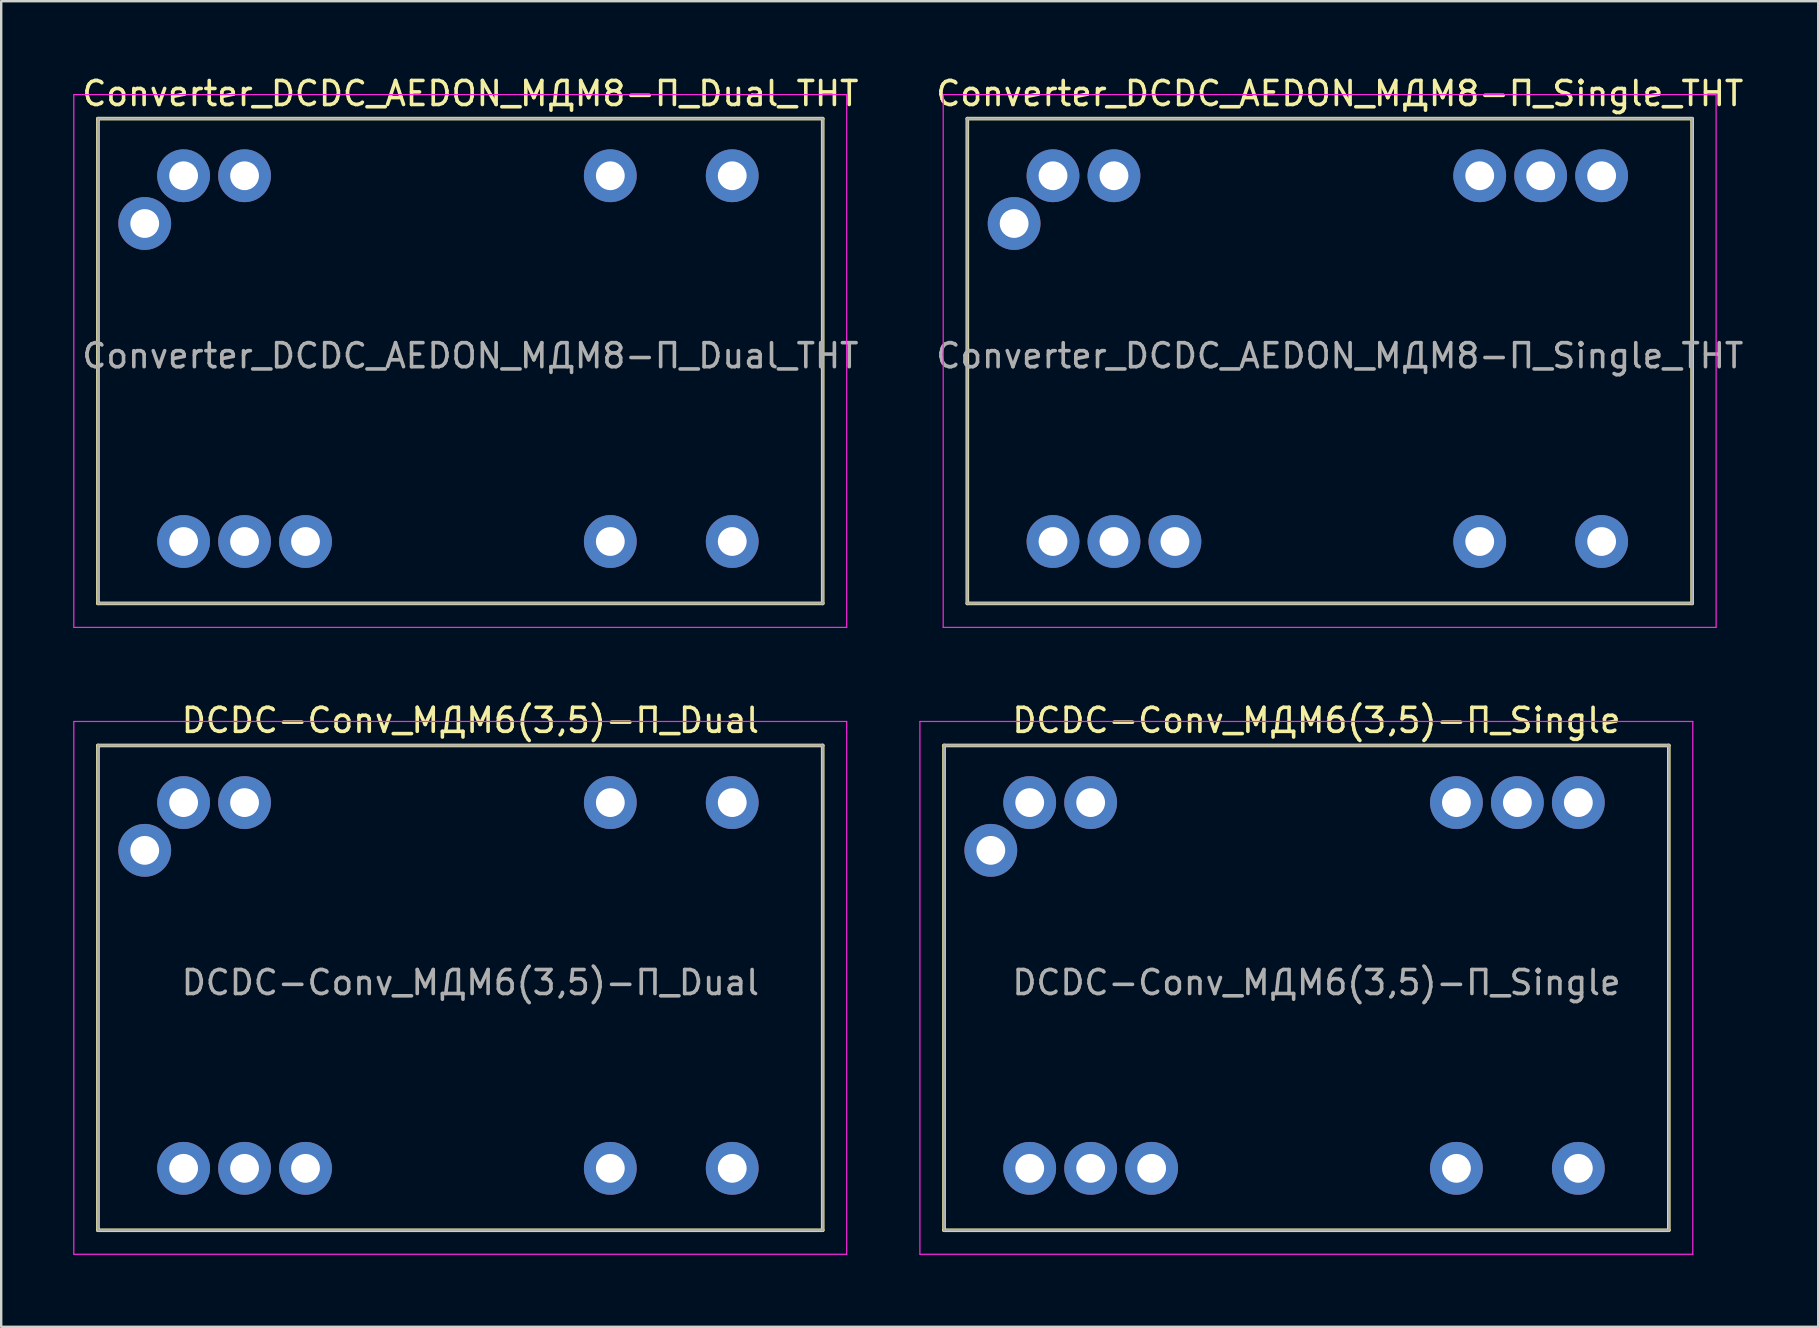
<source format=kicad_pcb>
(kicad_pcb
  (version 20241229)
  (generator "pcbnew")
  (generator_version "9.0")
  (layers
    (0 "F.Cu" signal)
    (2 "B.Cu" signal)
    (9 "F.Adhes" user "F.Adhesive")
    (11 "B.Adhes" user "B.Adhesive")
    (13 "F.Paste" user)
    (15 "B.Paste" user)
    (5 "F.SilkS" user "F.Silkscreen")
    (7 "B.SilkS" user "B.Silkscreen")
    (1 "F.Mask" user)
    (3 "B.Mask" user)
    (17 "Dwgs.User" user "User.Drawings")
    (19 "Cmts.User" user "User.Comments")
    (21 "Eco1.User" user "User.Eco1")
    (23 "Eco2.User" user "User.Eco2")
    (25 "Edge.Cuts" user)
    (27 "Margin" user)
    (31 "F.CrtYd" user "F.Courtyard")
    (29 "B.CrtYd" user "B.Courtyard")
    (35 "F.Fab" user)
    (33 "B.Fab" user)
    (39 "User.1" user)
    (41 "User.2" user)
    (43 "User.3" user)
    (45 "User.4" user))
  (footprint "Converter_DCDC_AEDON_МДМ8-П_Single_THT"
    (layer "F.Cu")
    (at 40.826 4.273)
    (property "Reference" "Converter_DCDC_AEDON_МДМ8-П_Single_THT" (at 11.95 -3.425 0) (layer "F.SilkS") (effects (font (size 1 1) (thickness 0.15))))
    (attr through_hole)
    (fp_line (start -3.57 -2.38) (end -3.57 17.82) (stroke (width 0.15) (type solid)) (layer "F.SilkS"))
    (fp_line (start -3.57 -2.38) (end 26.63 -2.38) (stroke (width 0.15) (type solid)) (layer "F.SilkS"))
    (fp_line (start -3.57 17.82) (end 26.63 17.82) (stroke (width 0.15) (type solid)) (layer "F.SilkS"))
    (fp_line (start 26.63 -2.38) (end 26.63 17.82) (stroke (width 0.15) (type solid)) (layer "F.SilkS"))
    (fp_line (start -4.575 -3.38) (end -4.575 18.82) (stroke (width 0.05) (type solid)) (layer "F.CrtYd"))
    (fp_line (start -4.57 -3.38) (end 27.63 -3.38) (stroke (width 0.05) (type solid)) (layer "F.CrtYd"))
    (fp_line (start 27.63 18.82) (end -4.575 18.82) (stroke (width 0.05) (type solid)) (layer "F.CrtYd"))
    (fp_line (start 27.63 18.82) (end 27.63 -3.38) (stroke (width 0.05) (type solid)) (layer "F.CrtYd"))
    (fp_line (start -3.57 -2.38) (end -3.57 17.82) (stroke (width 0.1) (type solid)) (layer "F.Fab"))
    (fp_line (start -3.57 -2.38) (end 26.63 -2.38) (stroke (width 0.1) (type solid)) (layer "F.Fab"))
    (fp_line (start -3.57 17.82) (end 26.63 17.82) (stroke (width 0.1) (type solid)) (layer "F.Fab"))
    (fp_line (start 26.63 -2.38) (end 26.63 17.82) (stroke (width 0.1) (type solid)) (layer "F.Fab"))
    (fp_text user "${REFERENCE}" (at 11.95 7.5 0) (layer "F.Fab") (effects (font (size 1 1) (thickness 0.15))))
    (pad "2" thru_hole circle (at 0 15.24) (size 2.2 2.2) (drill 1.2) (layers "*.Cu" "*.Mask"))
    (pad "3" thru_hole circle (at 2.54 15.24) (size 2.2 2.2) (drill 1.2) (layers "*.Cu" "*.Mask"))
    (pad "4" thru_hole circle (at 5.08 15.24) (size 2.2 2.2) (drill 1.2) (layers "*.Cu" "*.Mask"))
    (pad "9" thru_hole circle (at 17.78 15.24) (size 2.2 2.2) (drill 1.2) (layers "*.Cu" "*.Mask"))
    (pad "11" thru_hole circle (at 22.86 15.24) (size 2.2 2.2) (drill 1.2) (layers "*.Cu" "*.Mask"))
    (pad "14" thru_hole circle (at 22.86 0) (size 2.2 2.2) (drill 1.2) (layers "*.Cu" "*.Mask"))
    (pad "15" thru_hole circle (at 20.32 0) (size 2.2 2.2) (drill 1.2) (layers "*.Cu" "*.Mask"))
    (pad "16" thru_hole circle (at 17.78 0) (size 2.2 2.2) (drill 1.2) (layers "*.Cu" "*.Mask"))
    (pad "22" thru_hole circle (at 2.54 0) (size 2.2 2.2) (drill 1.2) (layers "*.Cu" "*.Mask"))
    (pad "23" thru_hole circle (at 0 0) (size 2.2 2.2) (drill 1.2) (layers "*.Cu" "*.Mask"))
    (pad "24" thru_hole circle (at -1.62 1.99) (size 2.2 2.2) (drill 1.2) (layers "*.Cu" "*.Mask")))
  (footprint "Converter_DCDC_AEDON_МДМ8-П_Dual_THT"
    (layer "F.Cu")
    (at 4.6 4.273)
    (property "Reference" "Converter_DCDC_AEDON_МДМ8-П_Dual_THT" (at 11.95 -3.425 0) (layer "F.SilkS") (effects (font (size 1 1) (thickness 0.15))))
    (attr through_hole)
    (fp_line (start -3.57 -2.38) (end -3.57 17.82) (stroke (width 0.15) (type solid)) (layer "F.SilkS"))
    (fp_line (start -3.57 -2.38) (end 26.63 -2.38) (stroke (width 0.15) (type solid)) (layer "F.SilkS"))
    (fp_line (start -3.57 17.82) (end 26.63 17.82) (stroke (width 0.15) (type solid)) (layer "F.SilkS"))
    (fp_line (start 26.63 -2.38) (end 26.63 17.82) (stroke (width 0.15) (type solid)) (layer "F.SilkS"))
    (fp_line (start -4.575 -3.38) (end -4.575 18.82) (stroke (width 0.05) (type solid)) (layer "F.CrtYd"))
    (fp_line (start -4.57 -3.38) (end 27.63 -3.38) (stroke (width 0.05) (type solid)) (layer "F.CrtYd"))
    (fp_line (start 27.63 18.82) (end -4.575 18.82) (stroke (width 0.05) (type solid)) (layer "F.CrtYd"))
    (fp_line (start 27.63 18.82) (end 27.63 -3.38) (stroke (width 0.05) (type solid)) (layer "F.CrtYd"))
    (fp_line (start -3.57 -2.38) (end -3.57 17.82) (stroke (width 0.1) (type solid)) (layer "F.Fab"))
    (fp_line (start -3.57 -2.38) (end 26.63 -2.38) (stroke (width 0.1) (type solid)) (layer "F.Fab"))
    (fp_line (start -3.57 17.82) (end 26.63 17.82) (stroke (width 0.1) (type solid)) (layer "F.Fab"))
    (fp_line (start 26.63 -2.38) (end 26.63 17.82) (stroke (width 0.1) (type solid)) (layer "F.Fab"))
    (fp_text user "${REFERENCE}" (at 11.95 7.5 0) (layer "F.Fab") (effects (font (size 1 1) (thickness 0.15))))
    (pad "2" thru_hole circle (at 0 15.24) (size 2.2 2.2) (drill 1.2) (layers "*.Cu" "*.Mask"))
    (pad "3" thru_hole circle (at 2.54 15.24) (size 2.2 2.2) (drill 1.2) (layers "*.Cu" "*.Mask"))
    (pad "4" thru_hole circle (at 5.08 15.24) (size 2.2 2.2) (drill 1.2) (layers "*.Cu" "*.Mask"))
    (pad "9" thru_hole circle (at 17.78 15.24) (size 2.2 2.2) (drill 1.2) (layers "*.Cu" "*.Mask"))
    (pad "11" thru_hole circle (at 22.86 15.24) (size 2.2 2.2) (drill 1.2) (layers "*.Cu" "*.Mask"))
    (pad "14" thru_hole circle (at 22.86 0) (size 2.2 2.2) (drill 1.2) (layers "*.Cu" "*.Mask"))
    (pad "16" thru_hole circle (at 17.78 0) (size 2.2 2.2) (drill 1.2) (layers "*.Cu" "*.Mask"))
    (pad "22" thru_hole circle (at 2.54 0) (size 2.2 2.2) (drill 1.2) (layers "*.Cu" "*.Mask"))
    (pad "23" thru_hole circle (at 0 0) (size 2.2 2.2) (drill 1.2) (layers "*.Cu" "*.Mask"))
    (pad "24" thru_hole circle (at -1.62 1.99) (size 2.2 2.2) (drill 1.2) (layers "*.Cu" "*.Mask")))
  (footprint "DCDC-Conv_МДМ6(3,5)-П_Dual"
    (layer "F.Cu")
    (at 4.6 30.392)
    (property "Reference" "DCDC-Conv_МДМ6(3,5)-П_Dual" (at 11.95 -3.425 0) (layer "F.SilkS") (effects (font (size 1 1) (thickness 0.15))))
    (attr through_hole)
    (fp_line (start -3.57 -2.38) (end -3.57 17.82) (stroke (width 0.15) (type solid)) (layer "F.SilkS"))
    (fp_line (start -3.57 -2.38) (end 26.63 -2.38) (stroke (width 0.15) (type solid)) (layer "F.SilkS"))
    (fp_line (start -3.57 17.82) (end 26.63 17.82) (stroke (width 0.15) (type solid)) (layer "F.SilkS"))
    (fp_line (start 26.63 -2.38) (end 26.63 17.82) (stroke (width 0.15) (type solid)) (layer "F.SilkS"))
    (fp_line (start -4.575 -3.38) (end -4.575 18.82) (stroke (width 0.05) (type solid)) (layer "F.CrtYd"))
    (fp_line (start -4.57 -3.38) (end 27.63 -3.38) (stroke (width 0.05) (type solid)) (layer "F.CrtYd"))
    (fp_line (start 27.63 18.82) (end -4.575 18.82) (stroke (width 0.05) (type solid)) (layer "F.CrtYd"))
    (fp_line (start 27.63 18.82) (end 27.63 -3.38) (stroke (width 0.05) (type solid)) (layer "F.CrtYd"))
    (fp_line (start -3.57 -2.38) (end -3.57 17.82) (stroke (width 0.1) (type solid)) (layer "F.Fab"))
    (fp_line (start -3.57 -2.38) (end 26.63 -2.38) (stroke (width 0.1) (type solid)) (layer "F.Fab"))
    (fp_line (start -3.57 17.82) (end 26.63 17.82) (stroke (width 0.1) (type solid)) (layer "F.Fab"))
    (fp_line (start 26.63 -2.38) (end 26.63 17.82) (stroke (width 0.1) (type solid)) (layer "F.Fab"))
    (fp_text user "${REFERENCE}" (at 11.95 7.5 0) (layer "F.Fab") (effects (font (size 1 1) (thickness 0.15))))
    (pad "2" thru_hole circle (at 0 15.24) (size 2.2 2.2) (drill 1.2) (layers "*.Cu" "*.Mask"))
    (pad "3" thru_hole circle (at 2.54 15.24) (size 2.2 2.2) (drill 1.2) (layers "*.Cu" "*.Mask"))
    (pad "4" thru_hole circle (at 5.08 15.24) (size 2.2 2.2) (drill 1.2) (layers "*.Cu" "*.Mask"))
    (pad "9" thru_hole circle (at 17.78 15.24) (size 2.2 2.2) (drill 1.2) (layers "*.Cu" "*.Mask"))
    (pad "11" thru_hole circle (at 22.86 15.24) (size 2.2 2.2) (drill 1.2) (layers "*.Cu" "*.Mask"))
    (pad "14" thru_hole circle (at 22.86 0) (size 2.2 2.2) (drill 1.2) (layers "*.Cu" "*.Mask"))
    (pad "16" thru_hole circle (at 17.78 0) (size 2.2 2.2) (drill 1.2) (layers "*.Cu" "*.Mask"))
    (pad "22" thru_hole circle (at 2.54 0) (size 2.2 2.2) (drill 1.2) (layers "*.Cu" "*.Mask"))
    (pad "23" thru_hole circle (at 0 0) (size 2.2 2.2) (drill 1.2) (layers "*.Cu" "*.Mask"))
    (pad "24" thru_hole circle (at -1.62 1.99) (size 2.2 2.2) (drill 1.2) (layers "*.Cu" "*.Mask")))
  (footprint "DCDC-Conv_МДМ6(3,5)-П_Single"
    (layer "F.Cu")
    (at 39.855 30.392)
    (property "Reference" "DCDC-Conv_МДМ6(3,5)-П_Single" (at 11.95 -3.425 0) (layer "F.SilkS") (effects (font (size 1 1) (thickness 0.15))))
    (attr through_hole)
    (fp_line (start -3.57 -2.38) (end -3.57 17.82) (stroke (width 0.15) (type solid)) (layer "F.SilkS"))
    (fp_line (start -3.57 -2.38) (end 26.63 -2.38) (stroke (width 0.15) (type solid)) (layer "F.SilkS"))
    (fp_line (start -3.57 17.82) (end 26.63 17.82) (stroke (width 0.15) (type solid)) (layer "F.SilkS"))
    (fp_line (start 26.63 -2.38) (end 26.63 17.82) (stroke (width 0.15) (type solid)) (layer "F.SilkS"))
    (fp_line (start -4.575 -3.38) (end -4.575 18.82) (stroke (width 0.05) (type solid)) (layer "F.CrtYd"))
    (fp_line (start -4.57 -3.38) (end 27.63 -3.38) (stroke (width 0.05) (type solid)) (layer "F.CrtYd"))
    (fp_line (start 27.63 18.82) (end -4.575 18.82) (stroke (width 0.05) (type solid)) (layer "F.CrtYd"))
    (fp_line (start 27.63 18.82) (end 27.63 -3.38) (stroke (width 0.05) (type solid)) (layer "F.CrtYd"))
    (fp_line (start -3.57 -2.38) (end -3.57 17.82) (stroke (width 0.1) (type solid)) (layer "F.Fab"))
    (fp_line (start -3.57 -2.38) (end 26.63 -2.38) (stroke (width 0.1) (type solid)) (layer "F.Fab"))
    (fp_line (start -3.57 17.82) (end 26.63 17.82) (stroke (width 0.1) (type solid)) (layer "F.Fab"))
    (fp_line (start 26.63 -2.38) (end 26.63 17.82) (stroke (width 0.1) (type solid)) (layer "F.Fab"))
    (fp_text user "${REFERENCE}" (at 11.95 7.5 0) (layer "F.Fab") (effects (font (size 1 1) (thickness 0.15))))
    (pad "2" thru_hole circle (at 0 15.24) (size 2.2 2.2) (drill 1.2) (layers "*.Cu" "*.Mask"))
    (pad "3" thru_hole circle (at 2.54 15.24) (size 2.2 2.2) (drill 1.2) (layers "*.Cu" "*.Mask"))
    (pad "4" thru_hole circle (at 5.08 15.24) (size 2.2 2.2) (drill 1.2) (layers "*.Cu" "*.Mask"))
    (pad "9" thru_hole circle (at 17.78 15.24) (size 2.2 2.2) (drill 1.2) (layers "*.Cu" "*.Mask"))
    (pad "11" thru_hole circle (at 22.86 15.24) (size 2.2 2.2) (drill 1.2) (layers "*.Cu" "*.Mask"))
    (pad "14" thru_hole circle (at 22.86 0) (size 2.2 2.2) (drill 1.2) (layers "*.Cu" "*.Mask"))
    (pad "15" thru_hole circle (at 20.32 0) (size 2.2 2.2) (drill 1.2) (layers "*.Cu" "*.Mask"))
    (pad "16" thru_hole circle (at 17.78 0) (size 2.2 2.2) (drill 1.2) (layers "*.Cu" "*.Mask"))
    (pad "22" thru_hole circle (at 2.54 0) (size 2.2 2.2) (drill 1.2) (layers "*.Cu" "*.Mask"))
    (pad "23" thru_hole circle (at 0 0) (size 2.2 2.2) (drill 1.2) (layers "*.Cu" "*.Mask"))
    (pad "24" thru_hole circle (at -1.62 1.99) (size 2.2 2.2) (drill 1.2) (layers "*.Cu" "*.Mask")))
  (gr_rect
    (start -3 -3)
    (end 72.711 52.236)
    (stroke (width 0.1) (type default))
    (fill no)
    (layer "Edge.Cuts")))
</source>
